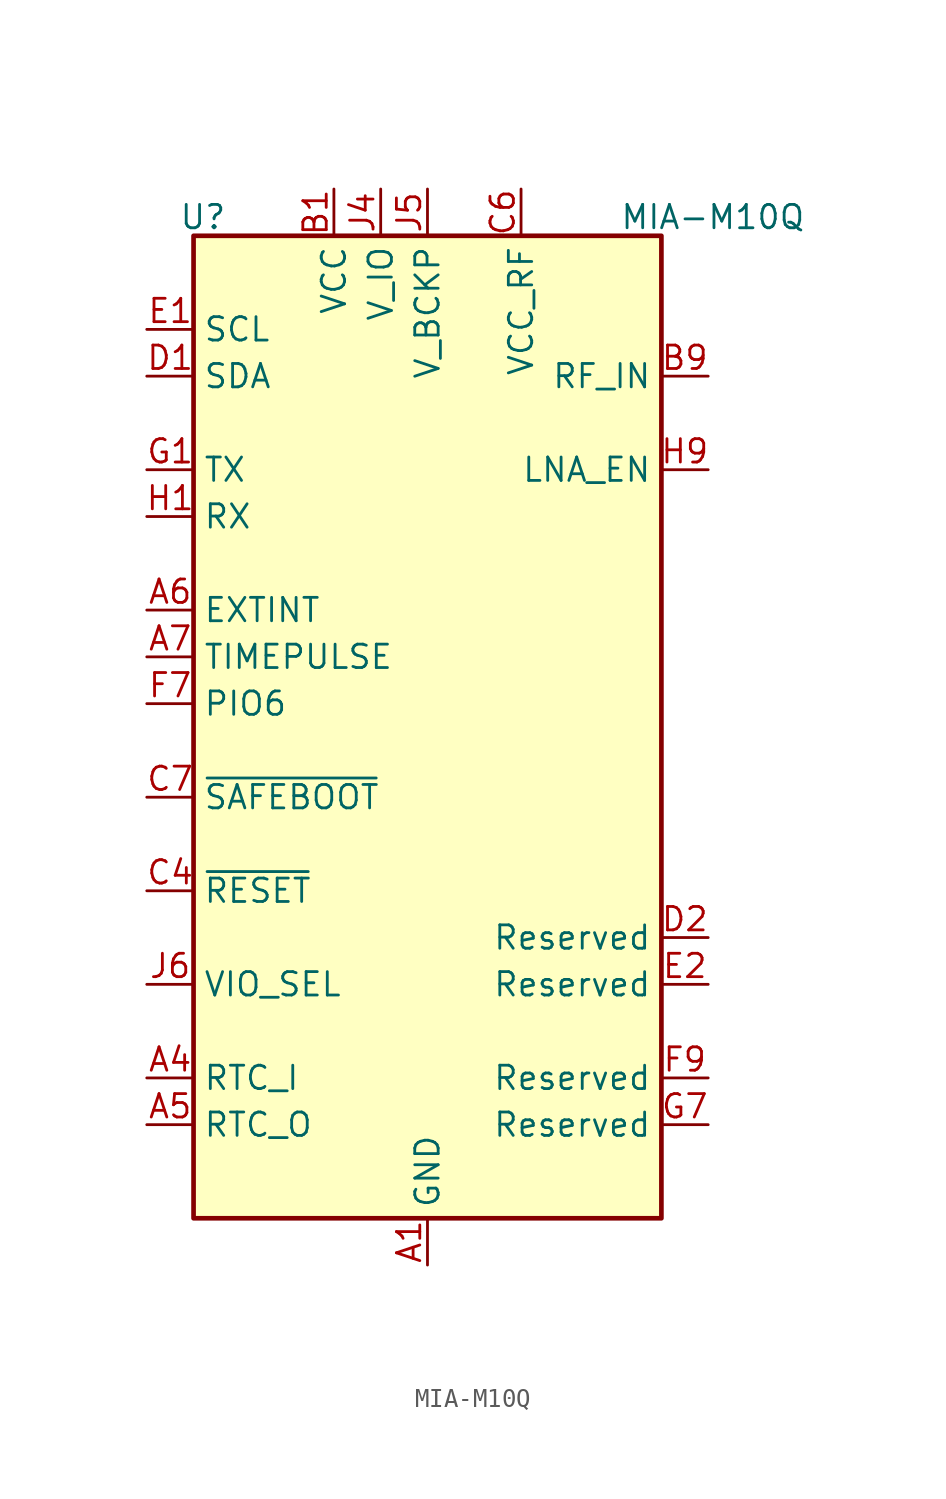
<source format=kicad_sym>
(kicad_symbol_lib
  (version 20241209)
  (generator "kicad_symbol_editor")
  (generator_version "9.0")
  (symbol "MIA-M10Q"
    (property "Reference" "U"
      (at -12.192 28.956 0)
      (effects (font (size 1.27 1.27))))
    (property "Value" "MIA-M10Q"
      (at 15.494 28.956 0)
      (effects (font (size 1.27 1.27))))
    (symbol "MIA-M10Q_0_1"
      (rectangle (start -12.7 27.94) (end 12.7 -25.4) (stroke (width 0.254) (type default)) (fill (type background))))
    (symbol "MIA-M10Q_1_1"
      (pin input line (at -15.24 22.86 0) (length 2.54) (name "SCL" (effects (font (size 1.27 1.27)))) (number "E1" (effects (font (size 1.27 1.27)))))
      (pin bidirectional line (at -15.24 20.32 0) (length 2.54) (name "SDA" (effects (font (size 1.27 1.27)))) (number "D1" (effects (font (size 1.27 1.27)))))
      (pin output line (at -15.24 15.24 0) (length 2.54) (name "TX" (effects (font (size 1.27 1.27)))) (number "G1" (effects (font (size 1.27 1.27)))))
      (pin input line (at -15.24 12.7 0) (length 2.54) (name "RX" (effects (font (size 1.27 1.27)))) (number "H1" (effects (font (size 1.27 1.27)))))
      (pin bidirectional line (at -15.24 7.62 0) (length 2.54) (name "EXTINT" (effects (font (size 1.27 1.27)))) (number "A6" (effects (font (size 1.27 1.27)))))
      (pin output line (at -15.24 5.08 0) (length 2.54) (name "TIMEPULSE" (effects (font (size 1.27 1.27)))) (number "A7" (effects (font (size 1.27 1.27)))))
      (pin bidirectional line (at -15.24 2.54 0) (length 2.54) (name "PIO6" (effects (font (size 1.27 1.27)))) (number "F7" (effects (font (size 1.27 1.27)))))
      (pin input line (at -15.24 -2.54 0) (length 2.54) (name "~{SAFEBOOT}" (effects (font (size 1.27 1.27)))) (number "C7" (effects (font (size 1.27 1.27)))))
      (pin input line (at -15.24 -7.62 0) (length 2.54) (name "~{RESET}" (effects (font (size 1.27 1.27)))) (number "C4" (effects (font (size 1.27 1.27)))))
      (pin input line (at -15.24 -12.7 0) (length 2.54) (name "VIO_SEL" (effects (font (size 1.27 1.27)))) (number "J6" (effects (font (size 1.27 1.27)))))
      (pin input line (at -15.24 -17.78 0) (length 2.54) (name "RTC_I" (effects (font (size 1.27 1.27)))) (number "A4" (effects (font (size 1.27 1.27)))))
      (pin output line (at -15.24 -20.32 0) (length 2.54) (name "RTC_O" (effects (font (size 1.27 1.27)))) (number "A5" (effects (font (size 1.27 1.27)))))
      (pin power_in line (at -5.08 30.48 270) (length 2.54) (name "VCC" (effects (font (size 1.27 1.27)))) (number "B1" (effects (font (size 1.27 1.27)))))
      (pin power_in line (at -2.54 30.48 270) (length 2.54) (name "V_IO" (effects (font (size 1.27 1.27)))) (number "J4" (effects (font (size 1.27 1.27)))))
      (pin power_in line (at 0 30.48 270) (length 2.54) (name "V_BCKP" (effects (font (size 1.27 1.27)))) (number "J5" (effects (font (size 1.27 1.27)))))
      (pin power_in line (at 0 -27.94 90) (length 2.54) (name "GND" (effects (font (size 1.27 1.27)))) (number "A1" (effects (font (size 1.27 1.27)))))
      (pin passive line (at 0 -27.94 90) (length 2.54) (hide yes) (name "GND" (effects (font (size 1.27 1.27)))) (number "A2" (effects (font (size 1.27 1.27)))))
      (pin passive line (at 0 -27.94 90) (length 2.54) (hide yes) (name "GND" (effects (font (size 1.27 1.27)))) (number "A3" (effects (font (size 1.27 1.27)))))
      (pin passive line (at 0 -27.94 90) (length 2.54) (hide yes) (name "GND" (effects (font (size 1.27 1.27)))) (number "A8" (effects (font (size 1.27 1.27)))))
      (pin passive line (at 0 -27.94 90) (length 2.54) (hide yes) (name "GND" (effects (font (size 1.27 1.27)))) (number "A9" (effects (font (size 1.27 1.27)))))
      (pin passive line (at 0 -27.94 90) (length 2.54) (hide yes) (name "GND" (effects (font (size 1.27 1.27)))) (number "B2" (effects (font (size 1.27 1.27)))))
      (pin passive line (at 0 -27.94 90) (length 2.54) (hide yes) (name "GND" (effects (font (size 1.27 1.27)))) (number "B8" (effects (font (size 1.27 1.27)))))
      (pin passive line (at 0 -27.94 90) (length 2.54) (hide yes) (name "GND" (effects (font (size 1.27 1.27)))) (number "C3" (effects (font (size 1.27 1.27)))))
      (pin passive line (at 0 -27.94 90) (length 2.54) (hide yes) (name "GND" (effects (font (size 1.27 1.27)))) (number "C9" (effects (font (size 1.27 1.27)))))
      (pin passive line (at 0 -27.94 90) (length 2.54) (hide yes) (name "GND" (effects (font (size 1.27 1.27)))) (number "E3" (effects (font (size 1.27 1.27)))))
      (pin passive line (at 0 -27.94 90) (length 2.54) (hide yes) (name "GND" (effects (font (size 1.27 1.27)))) (number "E4" (effects (font (size 1.27 1.27)))))
      (pin passive line (at 0 -27.94 90) (length 2.54) (hide yes) (name "GND" (effects (font (size 1.27 1.27)))) (number "E9" (effects (font (size 1.27 1.27)))))
      (pin passive line (at 0 -27.94 90) (length 2.54) (hide yes) (name "GND" (effects (font (size 1.27 1.27)))) (number "F1" (effects (font (size 1.27 1.27)))))
      (pin passive line (at 0 -27.94 90) (length 2.54) (hide yes) (name "GND" (effects (font (size 1.27 1.27)))) (number "F3" (effects (font (size 1.27 1.27)))))
      (pin passive line (at 0 -27.94 90) (length 2.54) (hide yes) (name "GND" (effects (font (size 1.27 1.27)))) (number "F4" (effects (font (size 1.27 1.27)))))
      (pin passive line (at 0 -27.94 90) (length 2.54) (hide yes) (name "GND" (effects (font (size 1.27 1.27)))) (number "G3" (effects (font (size 1.27 1.27)))))
      (pin passive line (at 0 -27.94 90) (length 2.54) (hide yes) (name "GND" (effects (font (size 1.27 1.27)))) (number "G4" (effects (font (size 1.27 1.27)))))
      (pin passive line (at 0 -27.94 90) (length 2.54) (hide yes) (name "GND" (effects (font (size 1.27 1.27)))) (number "G5" (effects (font (size 1.27 1.27)))))
      (pin passive line (at 0 -27.94 90) (length 2.54) (hide yes) (name "GND" (effects (font (size 1.27 1.27)))) (number "G6" (effects (font (size 1.27 1.27)))))
      (pin passive line (at 0 -27.94 90) (length 2.54) (hide yes) (name "GND" (effects (font (size 1.27 1.27)))) (number "H8" (effects (font (size 1.27 1.27)))))
      (pin passive line (at 0 -27.94 90) (length 2.54) (hide yes) (name "GND" (effects (font (size 1.27 1.27)))) (number "J8" (effects (font (size 1.27 1.27)))))
      (pin passive line (at 0 -27.94 90) (length 2.54) (hide yes) (name "GND" (effects (font (size 1.27 1.27)))) (number "J9" (effects (font (size 1.27 1.27)))))
      (pin power_out line (at 5.08 30.48 270) (length 2.54) (name "VCC_RF" (effects (font (size 1.27 1.27)))) (number "C6" (effects (font (size 1.27 1.27)))))
      (pin no_connect line (at 12.7 12.7 180) (length 2.54) (hide yes) (name "Reserved" (effects (font (size 1.27 1.27)))) (number "C1" (effects (font (size 1.27 1.27)))))
      (pin no_connect line (at 12.7 10.16 180) (length 2.54) (hide yes) (name "Reserved" (effects (font (size 1.27 1.27)))) (number "C5" (effects (font (size 1.27 1.27)))))
      (pin no_connect line (at 12.7 7.62 180) (length 2.54) (hide yes) (name "Reserved" (effects (font (size 1.27 1.27)))) (number "D9" (effects (font (size 1.27 1.27)))))
      (pin no_connect line (at 12.7 5.08 180) (length 2.54) (hide yes) (name "Reserved" (effects (font (size 1.27 1.27)))) (number "E7" (effects (font (size 1.27 1.27)))))
      (pin no_connect line (at 12.7 2.54 180) (length 2.54) (hide yes) (name "Reserved" (effects (font (size 1.27 1.27)))) (number "G9" (effects (font (size 1.27 1.27)))))
      (pin no_connect line (at 12.7 0 180) (length 2.54) (hide yes) (name "Reserved" (effects (font (size 1.27 1.27)))) (number "J1" (effects (font (size 1.27 1.27)))))
      (pin no_connect line (at 12.7 -2.54 180) (length 2.54) (hide yes) (name "Reserved" (effects (font (size 1.27 1.27)))) (number "J2" (effects (font (size 1.27 1.27)))))
      (pin no_connect line (at 12.7 -5.08 180) (length 2.54) (hide yes) (name "Reserved" (effects (font (size 1.27 1.27)))) (number "J3" (effects (font (size 1.27 1.27)))))
      (pin no_connect line (at 12.7 -7.62 180) (length 2.54) (hide yes) (name "Reserved" (effects (font (size 1.27 1.27)))) (number "J7" (effects (font (size 1.27 1.27)))))
      (pin input line (at 15.24 20.32 180) (length 2.54) (name "RF_IN" (effects (font (size 1.27 1.27)))) (number "B9" (effects (font (size 1.27 1.27)))))
      (pin output line (at 15.24 15.24 180) (length 2.54) (name "LNA_EN" (effects (font (size 1.27 1.27)))) (number "H9" (effects (font (size 1.27 1.27)))))
      (pin passive line (at 15.24 -10.16 180) (length 2.54) (name "Reserved" (effects (font (size 1.27 1.27)))) (number "D2" (effects (font (size 1.27 1.27)))))
      (pin passive line (at 15.24 -12.7 180) (length 2.54) (name "Reserved" (effects (font (size 1.27 1.27)))) (number "E2" (effects (font (size 1.27 1.27)))))
      (pin passive line (at 15.24 -17.78 180) (length 2.54) (name "Reserved" (effects (font (size 1.27 1.27)))) (number "F9" (effects (font (size 1.27 1.27)))))
      (pin passive line (at 15.24 -20.32 180) (length 2.54) (name "Reserved" (effects (font (size 1.27 1.27)))) (number "G7" (effects (font (size 1.27 1.27))))))))
</source>
